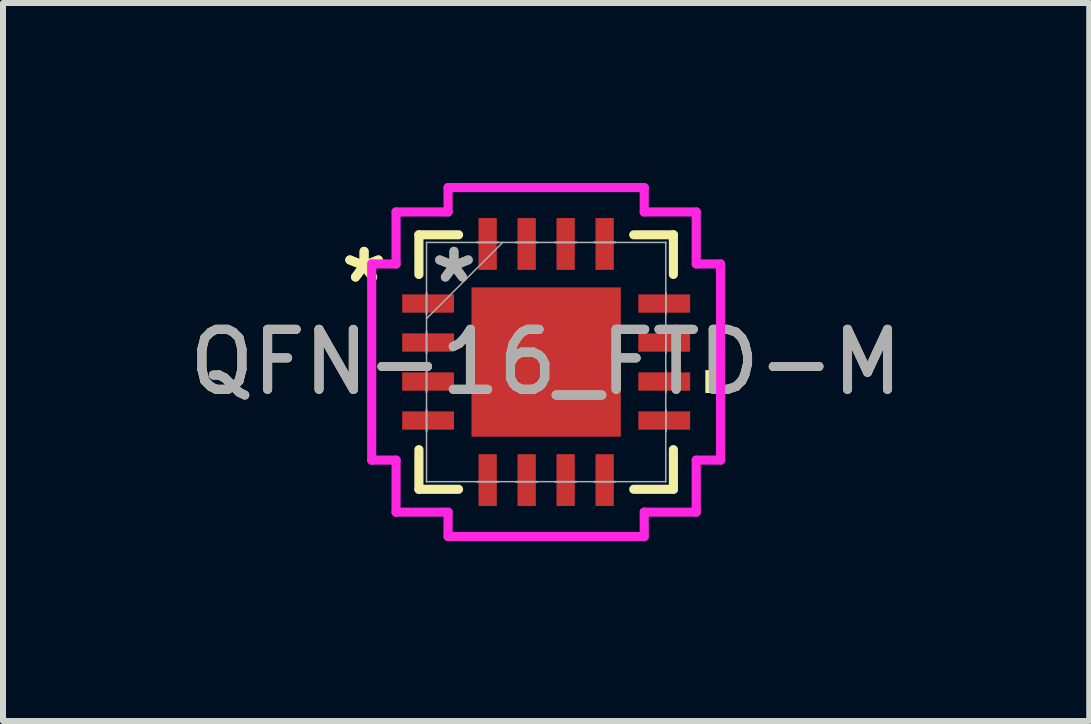
<source format=kicad_pcb>
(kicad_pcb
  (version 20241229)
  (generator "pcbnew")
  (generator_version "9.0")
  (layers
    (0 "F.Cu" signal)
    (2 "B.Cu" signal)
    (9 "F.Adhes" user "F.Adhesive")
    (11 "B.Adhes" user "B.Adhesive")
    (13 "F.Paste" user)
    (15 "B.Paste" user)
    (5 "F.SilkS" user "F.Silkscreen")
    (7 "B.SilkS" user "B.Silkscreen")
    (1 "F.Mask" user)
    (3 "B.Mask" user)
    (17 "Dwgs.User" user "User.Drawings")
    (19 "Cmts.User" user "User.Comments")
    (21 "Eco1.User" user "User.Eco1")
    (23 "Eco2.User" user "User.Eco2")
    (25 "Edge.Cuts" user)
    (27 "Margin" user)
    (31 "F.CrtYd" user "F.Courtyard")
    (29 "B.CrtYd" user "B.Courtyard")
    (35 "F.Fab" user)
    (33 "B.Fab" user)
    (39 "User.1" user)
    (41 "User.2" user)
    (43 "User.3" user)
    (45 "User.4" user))
  (footprint "QFN-16_FTD-M"
    (layer "F.Cu")
    (at 6.054 2.985)
    (property "Reference" "QFN-16_FTD-M" (at 0 0 0) (unlocked yes) (layer "F.SilkS") (effects (font (size 1 1) (thickness 0.15))))
    (attr smd)
    (fp_line (start -2.121 -2.121) (end -2.121 -1.46) (stroke (width 0.152) (type solid)) (layer "F.SilkS"))
    (fp_line (start -2.121 1.46) (end -2.121 2.121) (stroke (width 0.152) (type solid)) (layer "F.SilkS"))
    (fp_line (start -2.121 2.121) (end -1.46 2.121) (stroke (width 0.152) (type solid)) (layer "F.SilkS"))
    (fp_line (start -1.46 -2.121) (end -2.121 -2.121) (stroke (width 0.152) (type solid)) (layer "F.SilkS"))
    (fp_line (start 1.46 2.121) (end 2.121 2.121) (stroke (width 0.152) (type solid)) (layer "F.SilkS"))
    (fp_line (start 2.121 -2.121) (end 1.46 -2.121) (stroke (width 0.152) (type solid)) (layer "F.SilkS"))
    (fp_line (start 2.121 -1.46) (end 2.121 -2.121) (stroke (width 0.152) (type solid)) (layer "F.SilkS"))
    (fp_line (start 2.121 2.121) (end 2.121 1.46) (stroke (width 0.152) (type solid)) (layer "F.SilkS"))
    (fp_poly (pts (xy 2.908 0.135) (xy 2.908 0.516) (xy 2.654 0.516) (xy 2.654 0.135)) (stroke (width 0) (type solid)) (fill yes) (layer "F.SilkS"))
    (fp_line (start -2.908 -1.635) (end -2.502 -1.635) (stroke (width 0.152) (type solid)) (layer "F.CrtYd"))
    (fp_line (start -2.908 1.635) (end -2.908 -1.635) (stroke (width 0.152) (type solid)) (layer "F.CrtYd"))
    (fp_line (start -2.502 -2.502) (end -1.635 -2.502) (stroke (width 0.152) (type solid)) (layer "F.CrtYd"))
    (fp_line (start -2.502 -1.635) (end -2.502 -2.502) (stroke (width 0.152) (type solid)) (layer "F.CrtYd"))
    (fp_line (start -2.502 1.635) (end -2.908 1.635) (stroke (width 0.152) (type solid)) (layer "F.CrtYd"))
    (fp_line (start -2.502 2.502) (end -2.502 1.635) (stroke (width 0.152) (type solid)) (layer "F.CrtYd"))
    (fp_line (start -1.635 -2.908) (end 1.635 -2.908) (stroke (width 0.152) (type solid)) (layer "F.CrtYd"))
    (fp_line (start -1.635 -2.502) (end -1.635 -2.908) (stroke (width 0.152) (type solid)) (layer "F.CrtYd"))
    (fp_line (start -1.635 2.502) (end -2.502 2.502) (stroke (width 0.152) (type solid)) (layer "F.CrtYd"))
    (fp_line (start -1.635 2.908) (end -1.635 2.502) (stroke (width 0.152) (type solid)) (layer "F.CrtYd"))
    (fp_line (start 1.635 -2.908) (end 1.635 -2.502) (stroke (width 0.152) (type solid)) (layer "F.CrtYd"))
    (fp_line (start 1.635 -2.502) (end 2.502 -2.502) (stroke (width 0.152) (type solid)) (layer "F.CrtYd"))
    (fp_line (start 1.635 2.502) (end 1.635 2.908) (stroke (width 0.152) (type solid)) (layer "F.CrtYd"))
    (fp_line (start 1.635 2.908) (end -1.635 2.908) (stroke (width 0.152) (type solid)) (layer "F.CrtYd"))
    (fp_line (start 2.502 -2.502) (end 2.502 -1.635) (stroke (width 0.152) (type solid)) (layer "F.CrtYd"))
    (fp_line (start 2.502 -1.635) (end 2.908 -1.635) (stroke (width 0.152) (type solid)) (layer "F.CrtYd"))
    (fp_line (start 2.502 1.635) (end 2.502 2.502) (stroke (width 0.152) (type solid)) (layer "F.CrtYd"))
    (fp_line (start 2.502 2.502) (end 1.635 2.502) (stroke (width 0.152) (type solid)) (layer "F.CrtYd"))
    (fp_line (start 2.908 -1.635) (end 2.908 1.635) (stroke (width 0.152) (type solid)) (layer "F.CrtYd"))
    (fp_line (start 2.908 1.635) (end 2.502 1.635) (stroke (width 0.152) (type solid)) (layer "F.CrtYd"))
    (fp_line (start -1.994 -1.994) (end -1.994 -1.994) (stroke (width 0.025) (type solid)) (layer "F.Fab"))
    (fp_line (start -1.994 -1.994) (end -1.994 1.994) (stroke (width 0.025) (type solid)) (layer "F.Fab"))
    (fp_line (start -1.994 -1.153) (end -1.994 -1.153) (stroke (width 0.025) (type solid)) (layer "F.Fab"))
    (fp_line (start -1.994 -1.153) (end -1.994 -0.797) (stroke (width 0.025) (type solid)) (layer "F.Fab"))
    (fp_line (start -1.994 -0.797) (end -1.994 -1.153) (stroke (width 0.025) (type solid)) (layer "F.Fab"))
    (fp_line (start -1.994 -0.797) (end -1.994 -0.797) (stroke (width 0.025) (type solid)) (layer "F.Fab"))
    (fp_line (start -1.994 -0.724) (end -0.724 -1.994) (stroke (width 0.025) (type solid)) (layer "F.Fab"))
    (fp_line (start -1.994 -0.503) (end -1.994 -0.503) (stroke (width 0.025) (type solid)) (layer "F.Fab"))
    (fp_line (start -1.994 -0.503) (end -1.994 -0.147) (stroke (width 0.025) (type solid)) (layer "F.Fab"))
    (fp_line (start -1.994 -0.147) (end -1.994 -0.503) (stroke (width 0.025) (type solid)) (layer "F.Fab"))
    (fp_line (start -1.994 -0.147) (end -1.994 -0.147) (stroke (width 0.025) (type solid)) (layer "F.Fab"))
    (fp_line (start -1.994 0.147) (end -1.994 0.147) (stroke (width 0.025) (type solid)) (layer "F.Fab"))
    (fp_line (start -1.994 0.147) (end -1.994 0.503) (stroke (width 0.025) (type solid)) (layer "F.Fab"))
    (fp_line (start -1.994 0.503) (end -1.994 0.147) (stroke (width 0.025) (type solid)) (layer "F.Fab"))
    (fp_line (start -1.994 0.503) (end -1.994 0.503) (stroke (width 0.025) (type solid)) (layer "F.Fab"))
    (fp_line (start -1.994 0.797) (end -1.994 0.797) (stroke (width 0.025) (type solid)) (layer "F.Fab"))
    (fp_line (start -1.994 0.797) (end -1.994 1.153) (stroke (width 0.025) (type solid)) (layer "F.Fab"))
    (fp_line (start -1.994 1.153) (end -1.994 0.797) (stroke (width 0.025) (type solid)) (layer "F.Fab"))
    (fp_line (start -1.994 1.153) (end -1.994 1.153) (stroke (width 0.025) (type solid)) (layer "F.Fab"))
    (fp_line (start -1.994 1.994) (end -1.994 1.994) (stroke (width 0.025) (type solid)) (layer "F.Fab"))
    (fp_line (start -1.994 1.994) (end 1.994 1.994) (stroke (width 0.025) (type solid)) (layer "F.Fab"))
    (fp_line (start -1.153 -1.994) (end -1.153 -1.994) (stroke (width 0.025) (type solid)) (layer "F.Fab"))
    (fp_line (start -1.153 -1.994) (end -0.797 -1.994) (stroke (width 0.025) (type solid)) (layer "F.Fab"))
    (fp_line (start -1.153 1.994) (end -1.153 1.994) (stroke (width 0.025) (type solid)) (layer "F.Fab"))
    (fp_line (start -1.153 1.994) (end -0.797 1.994) (stroke (width 0.025) (type solid)) (layer "F.Fab"))
    (fp_line (start -0.797 -1.994) (end -1.153 -1.994) (stroke (width 0.025) (type solid)) (layer "F.Fab"))
    (fp_line (start -0.797 -1.994) (end -0.797 -1.994) (stroke (width 0.025) (type solid)) (layer "F.Fab"))
    (fp_line (start -0.797 1.994) (end -1.153 1.994) (stroke (width 0.025) (type solid)) (layer "F.Fab"))
    (fp_line (start -0.797 1.994) (end -0.797 1.994) (stroke (width 0.025) (type solid)) (layer "F.Fab"))
    (fp_line (start -0.503 -1.994) (end -0.503 -1.994) (stroke (width 0.025) (type solid)) (layer "F.Fab"))
    (fp_line (start -0.503 -1.994) (end -0.147 -1.994) (stroke (width 0.025) (type solid)) (layer "F.Fab"))
    (fp_line (start -0.503 1.994) (end -0.503 1.994) (stroke (width 0.025) (type solid)) (layer "F.Fab"))
    (fp_line (start -0.503 1.994) (end -0.147 1.994) (stroke (width 0.025) (type solid)) (layer "F.Fab"))
    (fp_line (start -0.147 -1.994) (end -0.503 -1.994) (stroke (width 0.025) (type solid)) (layer "F.Fab"))
    (fp_line (start -0.147 -1.994) (end -0.147 -1.994) (stroke (width 0.025) (type solid)) (layer "F.Fab"))
    (fp_line (start -0.147 1.994) (end -0.503 1.994) (stroke (width 0.025) (type solid)) (layer "F.Fab"))
    (fp_line (start -0.147 1.994) (end -0.147 1.994) (stroke (width 0.025) (type solid)) (layer "F.Fab"))
    (fp_line (start 0.147 -1.994) (end 0.147 -1.994) (stroke (width 0.025) (type solid)) (layer "F.Fab"))
    (fp_line (start 0.147 -1.994) (end 0.503 -1.994) (stroke (width 0.025) (type solid)) (layer "F.Fab"))
    (fp_line (start 0.147 1.994) (end 0.147 1.994) (stroke (width 0.025) (type solid)) (layer "F.Fab"))
    (fp_line (start 0.147 1.994) (end 0.503 1.994) (stroke (width 0.025) (type solid)) (layer "F.Fab"))
    (fp_line (start 0.503 -1.994) (end 0.147 -1.994) (stroke (width 0.025) (type solid)) (layer "F.Fab"))
    (fp_line (start 0.503 -1.994) (end 0.503 -1.994) (stroke (width 0.025) (type solid)) (layer "F.Fab"))
    (fp_line (start 0.503 1.994) (end 0.147 1.994) (stroke (width 0.025) (type solid)) (layer "F.Fab"))
    (fp_line (start 0.503 1.994) (end 0.503 1.994) (stroke (width 0.025) (type solid)) (layer "F.Fab"))
    (fp_line (start 0.797 -1.994) (end 0.797 -1.994) (stroke (width 0.025) (type solid)) (layer "F.Fab"))
    (fp_line (start 0.797 -1.994) (end 1.153 -1.994) (stroke (width 0.025) (type solid)) (layer "F.Fab"))
    (fp_line (start 0.797 1.994) (end 0.797 1.994) (stroke (width 0.025) (type solid)) (layer "F.Fab"))
    (fp_line (start 0.797 1.994) (end 1.153 1.994) (stroke (width 0.025) (type solid)) (layer "F.Fab"))
    (fp_line (start 1.153 -1.994) (end 0.797 -1.994) (stroke (width 0.025) (type solid)) (layer "F.Fab"))
    (fp_line (start 1.153 -1.994) (end 1.153 -1.994) (stroke (width 0.025) (type solid)) (layer "F.Fab"))
    (fp_line (start 1.153 1.994) (end 0.797 1.994) (stroke (width 0.025) (type solid)) (layer "F.Fab"))
    (fp_line (start 1.153 1.994) (end 1.153 1.994) (stroke (width 0.025) (type solid)) (layer "F.Fab"))
    (fp_line (start 1.994 -1.994) (end -1.994 -1.994) (stroke (width 0.025) (type solid)) (layer "F.Fab"))
    (fp_line (start 1.994 -1.994) (end 1.994 -1.994) (stroke (width 0.025) (type solid)) (layer "F.Fab"))
    (fp_line (start 1.994 -1.153) (end 1.994 -1.153) (stroke (width 0.025) (type solid)) (layer "F.Fab"))
    (fp_line (start 1.994 -1.153) (end 1.994 -0.797) (stroke (width 0.025) (type solid)) (layer "F.Fab"))
    (fp_line (start 1.994 -0.797) (end 1.994 -1.153) (stroke (width 0.025) (type solid)) (layer "F.Fab"))
    (fp_line (start 1.994 -0.797) (end 1.994 -0.797) (stroke (width 0.025) (type solid)) (layer "F.Fab"))
    (fp_line (start 1.994 -0.503) (end 1.994 -0.503) (stroke (width 0.025) (type solid)) (layer "F.Fab"))
    (fp_line (start 1.994 -0.503) (end 1.994 -0.147) (stroke (width 0.025) (type solid)) (layer "F.Fab"))
    (fp_line (start 1.994 -0.147) (end 1.994 -0.503) (stroke (width 0.025) (type solid)) (layer "F.Fab"))
    (fp_line (start 1.994 -0.147) (end 1.994 -0.147) (stroke (width 0.025) (type solid)) (layer "F.Fab"))
    (fp_line (start 1.994 0.147) (end 1.994 0.147) (stroke (width 0.025) (type solid)) (layer "F.Fab"))
    (fp_line (start 1.994 0.147) (end 1.994 0.503) (stroke (width 0.025) (type solid)) (layer "F.Fab"))
    (fp_line (start 1.994 0.503) (end 1.994 0.147) (stroke (width 0.025) (type solid)) (layer "F.Fab"))
    (fp_line (start 1.994 0.503) (end 1.994 0.503) (stroke (width 0.025) (type solid)) (layer "F.Fab"))
    (fp_line (start 1.994 0.797) (end 1.994 0.797) (stroke (width 0.025) (type solid)) (layer "F.Fab"))
    (fp_line (start 1.994 0.797) (end 1.994 1.153) (stroke (width 0.025) (type solid)) (layer "F.Fab"))
    (fp_line (start 1.994 1.153) (end 1.994 0.797) (stroke (width 0.025) (type solid)) (layer "F.Fab"))
    (fp_line (start 1.994 1.153) (end 1.994 1.153) (stroke (width 0.025) (type solid)) (layer "F.Fab"))
    (fp_line (start 1.994 1.994) (end 1.994 -1.994) (stroke (width 0.025) (type solid)) (layer "F.Fab"))
    (fp_line (start 1.994 1.994) (end 1.994 1.994) (stroke (width 0.025) (type solid)) (layer "F.Fab"))
    (fp_text user "*" (at -3.035 -1.3 0) (layer "F.SilkS") (effects (font (size 1 1) (thickness 0.15))))
    (fp_text user "*" (at -3.035 -1.3 0) (unlocked yes) (layer "F.SilkS") (effects (font (size 1 1) (thickness 0.15))))
    (fp_text user "*" (at -1.537 -1.3 0) (layer "F.Fab") (effects (font (size 1 1) (thickness 0.15))))
    (fp_text user "*" (at -1.537 -1.3 0) (unlocked yes) (layer "F.Fab") (effects (font (size 1 1) (thickness 0.15))))
    (fp_text user "${REFERENCE}" (at 0 0 0) (unlocked yes) (layer "F.Fab") (effects (font (size 1 1) (thickness 0.15))))
    (pad "1" smd rect (at -1.968 -0.975 90) (size 0.305 0.864) (layers "F.Cu" "F.Mask" "F.Paste"))
    (pad "2" smd rect (at -1.968 -0.325 90) (size 0.305 0.864) (layers "F.Cu" "F.Mask" "F.Paste"))
    (pad "3" smd rect (at -1.968 0.325 90) (size 0.305 0.864) (layers "F.Cu" "F.Mask" "F.Paste"))
    (pad "4" smd rect (at -1.968 0.975 90) (size 0.305 0.864) (layers "F.Cu" "F.Mask" "F.Paste"))
    (pad "5" smd rect (at -0.975 1.968) (size 0.305 0.864) (layers "F.Cu" "F.Mask" "F.Paste"))
    (pad "6" smd rect (at -0.325 1.968) (size 0.305 0.864) (layers "F.Cu" "F.Mask" "F.Paste"))
    (pad "7" smd rect (at 0.325 1.968) (size 0.305 0.864) (layers "F.Cu" "F.Mask" "F.Paste"))
    (pad "8" smd rect (at 0.975 1.968) (size 0.305 0.864) (layers "F.Cu" "F.Mask" "F.Paste"))
    (pad "9" smd rect (at 1.968 0.975 90) (size 0.305 0.864) (layers "F.Cu" "F.Mask" "F.Paste"))
    (pad "10" smd rect (at 1.968 0.325 90) (size 0.305 0.864) (layers "F.Cu" "F.Mask" "F.Paste"))
    (pad "11" smd rect (at 1.968 -0.325 90) (size 0.305 0.864) (layers "F.Cu" "F.Mask" "F.Paste"))
    (pad "12" smd rect (at 1.968 -0.975 90) (size 0.305 0.864) (layers "F.Cu" "F.Mask" "F.Paste"))
    (pad "13" smd rect (at 0.975 -1.968) (size 0.305 0.864) (layers "F.Cu" "F.Mask" "F.Paste"))
    (pad "14" smd rect (at 0.325 -1.968) (size 0.305 0.864) (layers "F.Cu" "F.Mask" "F.Paste"))
    (pad "15" smd rect (at -0.325 -1.968) (size 0.305 0.864) (layers "F.Cu" "F.Mask" "F.Paste"))
    (pad "16" smd rect (at -0.975 -1.968) (size 0.305 0.864) (layers "F.Cu" "F.Mask" "F.Paste"))
    (pad "17" smd rect (at 0 0) (size 2.489 2.489) (layers "F.Cu" "F.Mask" "F.Paste")))
  (gr_rect
    (start -3 -3)
    (end 15.107 8.969)
    (stroke (width 0.1) (type default))
    (fill no)
    (layer "Edge.Cuts")))
</source>
